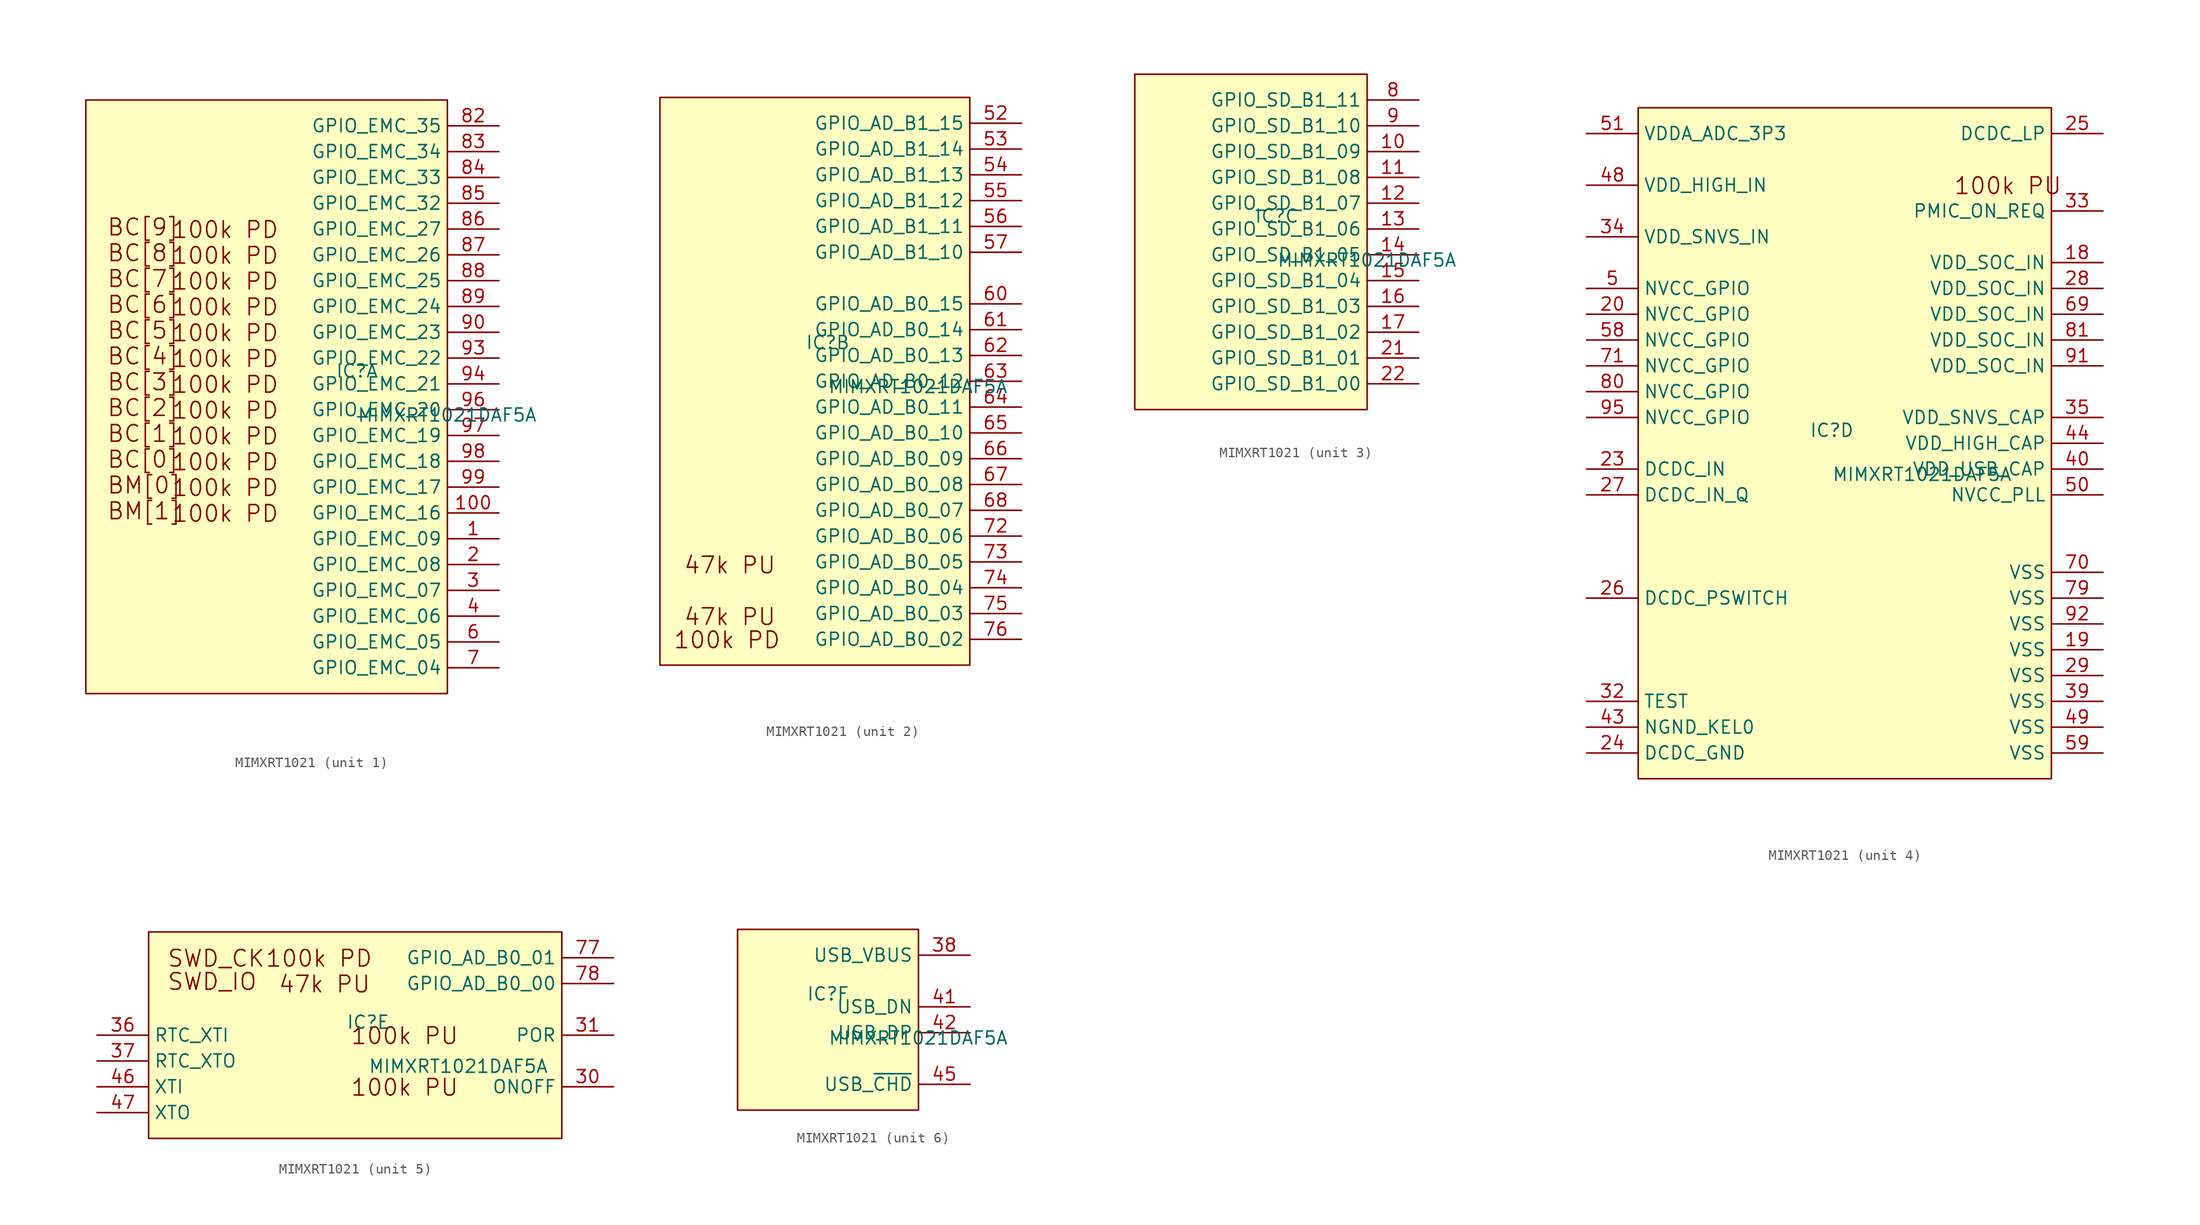
<source format=kicad_sym>
(kicad_symbol_lib
  (version 20231120)
  (generator "kicad_symbol_editor")
  (generator_version "8.0")
  (symbol "MIMXRT1021"
    (property "Reference" "IC"
      (at -1.27 1.27 0)
      (effects (font (size 1.27 1.27))))
    (property "Value" "MIMXRT1021DAF5A"
      (at -1.27 -3.81 0)
      (effects (font (size 1.27 1.27)) (justify left bottom)))
    (symbol "MIMXRT1021_1_0"
      (rectangle (start -27.94 27.94) (end 7.62 -30.48) (stroke (width 0) (type solid) (color 128 0 0 1)) (fill (type background)))
      (text "100k PD" (at -19.558 -13.716 0) (effects (font (size 1.626 1.626)) (justify left bottom)))
      (text "100k PD" (at -19.558 -11.176 0) (effects (font (size 1.626 1.626)) (justify left bottom)))
      (text "100k PD" (at -19.558 -8.636 0) (effects (font (size 1.626 1.626)) (justify left bottom)))
      (text "100k PD" (at -19.558 -6.096 0) (effects (font (size 1.626 1.626)) (justify left bottom)))
      (text "100k PD" (at -19.558 -3.556 0) (effects (font (size 1.626 1.626)) (justify left bottom)))
      (text "100k PD" (at -19.558 -1.016 0) (effects (font (size 1.626 1.626)) (justify left bottom)))
      (text "100k PD" (at -19.558 1.524 0) (effects (font (size 1.626 1.626)) (justify left bottom)))
      (text "100k PD" (at -19.558 4.064 0) (effects (font (size 1.626 1.626)) (justify left bottom)))
      (text "100k PD" (at -19.558 6.604 0) (effects (font (size 1.626 1.626)) (justify left bottom)))
      (text "100k PD" (at -19.558 9.144 0) (effects (font (size 1.626 1.626)) (justify left bottom)))
      (text "100k PD" (at -19.558 11.684 0) (effects (font (size 1.626 1.626)) (justify left bottom)))
      (text "100k PD" (at -19.558 14.224 0) (effects (font (size 1.626 1.626)) (justify left bottom)))
      (text "BC[0]" (at -25.908 -8.382 0) (effects (font (size 1.626 1.626)) (justify left bottom)))
      (text "BC[1]" (at -25.908 -5.842 0) (effects (font (size 1.626 1.626)) (justify left bottom)))
      (text "BC[2]" (at -25.908 -3.302 0) (effects (font (size 1.626 1.626)) (justify left bottom)))
      (text "BC[3]" (at -25.908 -0.762 0) (effects (font (size 1.626 1.626)) (justify left bottom)))
      (text "BC[4]" (at -25.908 1.778 0) (effects (font (size 1.626 1.626)) (justify left bottom)))
      (text "BC[5]" (at -25.908 4.318 0) (effects (font (size 1.626 1.626)) (justify left bottom)))
      (text "BC[6]" (at -25.908 6.858 0) (effects (font (size 1.626 1.626)) (justify left bottom)))
      (text "BC[7]" (at -25.908 9.398 0) (effects (font (size 1.626 1.626)) (justify left bottom)))
      (text "BC[8]" (at -25.908 11.938 0) (effects (font (size 1.626 1.626)) (justify left bottom)))
      (text "BC[9]" (at -25.908 14.478 0) (effects (font (size 1.626 1.626)) (justify left bottom)))
      (text "BM[0]" (at -25.908 -10.922 0) (effects (font (size 1.626 1.626)) (justify left bottom)))
      (text "BM[1]" (at -25.908 -13.462 0) (effects (font (size 1.626 1.626)) (justify left bottom)))
      (pin bidirectional line (at 12.7 -15.24 180) (length 5.08) (name "GPIO_EMC_09" (effects (font (size 1.27 1.27)))) (number "1" (effects (font (size 1.27 1.27)))))
      (pin bidirectional line (at 12.7 -12.7 180) (length 5.08) (name "GPIO_EMC_16" (effects (font (size 1.27 1.27)))) (number "100" (effects (font (size 1.27 1.27)))))
      (pin bidirectional line (at 12.7 -17.78 180) (length 5.08) (name "GPIO_EMC_08" (effects (font (size 1.27 1.27)))) (number "2" (effects (font (size 1.27 1.27)))))
      (pin bidirectional line (at 12.7 -20.32 180) (length 5.08) (name "GPIO_EMC_07" (effects (font (size 1.27 1.27)))) (number "3" (effects (font (size 1.27 1.27)))))
      (pin bidirectional line (at 12.7 -22.86 180) (length 5.08) (name "GPIO_EMC_06" (effects (font (size 1.27 1.27)))) (number "4" (effects (font (size 1.27 1.27)))))
      (pin bidirectional line (at 12.7 -25.4 180) (length 5.08) (name "GPIO_EMC_05" (effects (font (size 1.27 1.27)))) (number "6" (effects (font (size 1.27 1.27)))))
      (pin bidirectional line (at 12.7 -27.94 180) (length 5.08) (name "GPIO_EMC_04" (effects (font (size 1.27 1.27)))) (number "7" (effects (font (size 1.27 1.27)))))
      (pin bidirectional line (at 12.7 25.4 180) (length 5.08) (name "GPIO_EMC_35" (effects (font (size 1.27 1.27)))) (number "82" (effects (font (size 1.27 1.27)))))
      (pin bidirectional line (at 12.7 22.86 180) (length 5.08) (name "GPIO_EMC_34" (effects (font (size 1.27 1.27)))) (number "83" (effects (font (size 1.27 1.27)))))
      (pin bidirectional line (at 12.7 20.32 180) (length 5.08) (name "GPIO_EMC_33" (effects (font (size 1.27 1.27)))) (number "84" (effects (font (size 1.27 1.27)))))
      (pin bidirectional line (at 12.7 17.78 180) (length 5.08) (name "GPIO_EMC_32" (effects (font (size 1.27 1.27)))) (number "85" (effects (font (size 1.27 1.27)))))
      (pin bidirectional line (at 12.7 15.24 180) (length 5.08) (name "GPIO_EMC_27" (effects (font (size 1.27 1.27)))) (number "86" (effects (font (size 1.27 1.27)))))
      (pin bidirectional line (at 12.7 12.7 180) (length 5.08) (name "GPIO_EMC_26" (effects (font (size 1.27 1.27)))) (number "87" (effects (font (size 1.27 1.27)))))
      (pin bidirectional line (at 12.7 10.16 180) (length 5.08) (name "GPIO_EMC_25" (effects (font (size 1.27 1.27)))) (number "88" (effects (font (size 1.27 1.27)))))
      (pin bidirectional line (at 12.7 7.62 180) (length 5.08) (name "GPIO_EMC_24" (effects (font (size 1.27 1.27)))) (number "89" (effects (font (size 1.27 1.27)))))
      (pin bidirectional line (at 12.7 5.08 180) (length 5.08) (name "GPIO_EMC_23" (effects (font (size 1.27 1.27)))) (number "90" (effects (font (size 1.27 1.27)))))
      (pin bidirectional line (at 12.7 2.54 180) (length 5.08) (name "GPIO_EMC_22" (effects (font (size 1.27 1.27)))) (number "93" (effects (font (size 1.27 1.27)))))
      (pin bidirectional line (at 12.7 0 180) (length 5.08) (name "GPIO_EMC_21" (effects (font (size 1.27 1.27)))) (number "94" (effects (font (size 1.27 1.27)))))
      (pin bidirectional line (at 12.7 -2.54 180) (length 5.08) (name "GPIO_EMC_20" (effects (font (size 1.27 1.27)))) (number "96" (effects (font (size 1.27 1.27)))))
      (pin bidirectional line (at 12.7 -5.08 180) (length 5.08) (name "GPIO_EMC_19" (effects (font (size 1.27 1.27)))) (number "97" (effects (font (size 1.27 1.27)))))
      (pin bidirectional line (at 12.7 -7.62 180) (length 5.08) (name "GPIO_EMC_18" (effects (font (size 1.27 1.27)))) (number "98" (effects (font (size 1.27 1.27)))))
      (pin bidirectional line (at 12.7 -10.16 180) (length 5.08) (name "GPIO_EMC_17" (effects (font (size 1.27 1.27)))) (number "99" (effects (font (size 1.27 1.27))))))
    (symbol "MIMXRT1021_2_0"
      (rectangle (start -17.78 25.4) (end 12.7 -30.48) (stroke (width 0) (type solid) (color 128 0 0 1)) (fill (type background)))
      (text "100k PD" (at -16.51 -28.956 0) (effects (font (size 1.626 1.626)) (justify left bottom)))
      (text "47k PU" (at -15.494 -26.67 0) (effects (font (size 1.626 1.626)) (justify left bottom)))
      (text "47k PU" (at -15.494 -21.59 0) (effects (font (size 1.626 1.626)) (justify left bottom)))
      (pin passive line (at 17.78 22.86 180) (length 5.08) (name "GPIO_AD_B1_15" (effects (font (size 1.27 1.27)))) (number "52" (effects (font (size 1.27 1.27)))))
      (pin passive line (at 17.78 20.32 180) (length 5.08) (name "GPIO_AD_B1_14" (effects (font (size 1.27 1.27)))) (number "53" (effects (font (size 1.27 1.27)))))
      (pin passive line (at 17.78 17.78 180) (length 5.08) (name "GPIO_AD_B1_13" (effects (font (size 1.27 1.27)))) (number "54" (effects (font (size 1.27 1.27)))))
      (pin passive line (at 17.78 15.24 180) (length 5.08) (name "GPIO_AD_B1_12" (effects (font (size 1.27 1.27)))) (number "55" (effects (font (size 1.27 1.27)))))
      (pin passive line (at 17.78 12.7 180) (length 5.08) (name "GPIO_AD_B1_11" (effects (font (size 1.27 1.27)))) (number "56" (effects (font (size 1.27 1.27)))))
      (pin passive line (at 17.78 10.16 180) (length 5.08) (name "GPIO_AD_B1_10" (effects (font (size 1.27 1.27)))) (number "57" (effects (font (size 1.27 1.27)))))
      (pin passive line (at 17.78 5.08 180) (length 5.08) (name "GPIO_AD_B0_15" (effects (font (size 1.27 1.27)))) (number "60" (effects (font (size 1.27 1.27)))))
      (pin passive line (at 17.78 2.54 180) (length 5.08) (name "GPIO_AD_B0_14" (effects (font (size 1.27 1.27)))) (number "61" (effects (font (size 1.27 1.27)))))
      (pin passive line (at 17.78 0 180) (length 5.08) (name "GPIO_AD_B0_13" (effects (font (size 1.27 1.27)))) (number "62" (effects (font (size 1.27 1.27)))))
      (pin passive line (at 17.78 -2.54 180) (length 5.08) (name "GPIO_AD_B0_12" (effects (font (size 1.27 1.27)))) (number "63" (effects (font (size 1.27 1.27)))))
      (pin passive line (at 17.78 -5.08 180) (length 5.08) (name "GPIO_AD_B0_11" (effects (font (size 1.27 1.27)))) (number "64" (effects (font (size 1.27 1.27)))))
      (pin passive line (at 17.78 -7.62 180) (length 5.08) (name "GPIO_AD_B0_10" (effects (font (size 1.27 1.27)))) (number "65" (effects (font (size 1.27 1.27)))))
      (pin passive line (at 17.78 -10.16 180) (length 5.08) (name "GPIO_AD_B0_09" (effects (font (size 1.27 1.27)))) (number "66" (effects (font (size 1.27 1.27)))))
      (pin passive line (at 17.78 -12.7 180) (length 5.08) (name "GPIO_AD_B0_08" (effects (font (size 1.27 1.27)))) (number "67" (effects (font (size 1.27 1.27)))))
      (pin passive line (at 17.78 -15.24 180) (length 5.08) (name "GPIO_AD_B0_07" (effects (font (size 1.27 1.27)))) (number "68" (effects (font (size 1.27 1.27)))))
      (pin passive line (at 17.78 -17.78 180) (length 5.08) (name "GPIO_AD_B0_06" (effects (font (size 1.27 1.27)))) (number "72" (effects (font (size 1.27 1.27)))))
      (pin passive line (at 17.78 -20.32 180) (length 5.08) (name "GPIO_AD_B0_05" (effects (font (size 1.27 1.27)))) (number "73" (effects (font (size 1.27 1.27)))))
      (pin passive line (at 17.78 -22.86 180) (length 5.08) (name "GPIO_AD_B0_04" (effects (font (size 1.27 1.27)))) (number "74" (effects (font (size 1.27 1.27)))))
      (pin passive line (at 17.78 -25.4 180) (length 5.08) (name "GPIO_AD_B0_03" (effects (font (size 1.27 1.27)))) (number "75" (effects (font (size 1.27 1.27)))))
      (pin passive line (at 17.78 -27.94 180) (length 5.08) (name "GPIO_AD_B0_02" (effects (font (size 1.27 1.27)))) (number "76" (effects (font (size 1.27 1.27))))))
    (symbol "MIMXRT1021_3_0"
      (rectangle (start -15.24 15.24) (end 7.62 -17.78) (stroke (width 0) (type solid) (color 128 0 0 1)) (fill (type background)))
      (pin passive line (at 12.7 7.62 180) (length 5.08) (name "GPIO_SD_B1_09" (effects (font (size 1.27 1.27)))) (number "10" (effects (font (size 1.27 1.27)))))
      (pin passive line (at 12.7 5.08 180) (length 5.08) (name "GPIO_SD_B1_08" (effects (font (size 1.27 1.27)))) (number "11" (effects (font (size 1.27 1.27)))))
      (pin passive line (at 12.7 2.54 180) (length 5.08) (name "GPIO_SD_B1_07" (effects (font (size 1.27 1.27)))) (number "12" (effects (font (size 1.27 1.27)))))
      (pin passive line (at 12.7 0 180) (length 5.08) (name "GPIO_SD_B1_06" (effects (font (size 1.27 1.27)))) (number "13" (effects (font (size 1.27 1.27)))))
      (pin passive line (at 12.7 -2.54 180) (length 5.08) (name "GPIO_SD_B1_05" (effects (font (size 1.27 1.27)))) (number "14" (effects (font (size 1.27 1.27)))))
      (pin passive line (at 12.7 -5.08 180) (length 5.08) (name "GPIO_SD_B1_04" (effects (font (size 1.27 1.27)))) (number "15" (effects (font (size 1.27 1.27)))))
      (pin passive line (at 12.7 -7.62 180) (length 5.08) (name "GPIO_SD_B1_03" (effects (font (size 1.27 1.27)))) (number "16" (effects (font (size 1.27 1.27)))))
      (pin passive line (at 12.7 -10.16 180) (length 5.08) (name "GPIO_SD_B1_02" (effects (font (size 1.27 1.27)))) (number "17" (effects (font (size 1.27 1.27)))))
      (pin passive line (at 12.7 -12.7 180) (length 5.08) (name "GPIO_SD_B1_01" (effects (font (size 1.27 1.27)))) (number "21" (effects (font (size 1.27 1.27)))))
      (pin passive line (at 12.7 -15.24 180) (length 5.08) (name "GPIO_SD_B1_00" (effects (font (size 1.27 1.27)))) (number "22" (effects (font (size 1.27 1.27)))))
      (pin passive line (at 12.7 12.7 180) (length 5.08) (name "GPIO_SD_B1_11" (effects (font (size 1.27 1.27)))) (number "8" (effects (font (size 1.27 1.27)))))
      (pin passive line (at 12.7 10.16 180) (length 5.08) (name "GPIO_SD_B1_10" (effects (font (size 1.27 1.27)))) (number "9" (effects (font (size 1.27 1.27))))))
    (symbol "MIMXRT1021_4_0"
      (rectangle (start -20.32 33.02) (end 20.32 -33.02) (stroke (width 0) (type solid) (color 128 0 0 1)) (fill (type background)))
      (text "100k PU" (at 10.668 24.384 0) (effects (font (size 1.626 1.626)) (justify left bottom)))
      (pin passive line (at 25.4 17.78 180) (length 5.08) (name "VDD_SOC_IN" (effects (font (size 1.27 1.27)))) (number "18" (effects (font (size 1.27 1.27)))))
      (pin passive line (at 25.4 -20.32 180) (length 5.08) (name "VSS" (effects (font (size 1.27 1.27)))) (number "19" (effects (font (size 1.27 1.27)))))
      (pin passive line (at -25.4 12.7 0) (length 5.08) (name "NVCC_GPIO" (effects (font (size 1.27 1.27)))) (number "20" (effects (font (size 1.27 1.27)))))
      (pin passive line (at -25.4 -2.54 0) (length 5.08) (name "DCDC_IN" (effects (font (size 1.27 1.27)))) (number "23" (effects (font (size 1.27 1.27)))))
      (pin passive line (at -25.4 -30.48 0) (length 5.08) (name "DCDC_GND" (effects (font (size 1.27 1.27)))) (number "24" (effects (font (size 1.27 1.27)))))
      (pin passive line (at 25.4 30.48 180) (length 5.08) (name "DCDC_LP" (effects (font (size 1.27 1.27)))) (number "25" (effects (font (size 1.27 1.27)))))
      (pin passive line (at -25.4 -15.24 0) (length 5.08) (name "DCDC_PSWITCH" (effects (font (size 1.27 1.27)))) (number "26" (effects (font (size 1.27 1.27)))))
      (pin passive line (at -25.4 -5.08 0) (length 5.08) (name "DCDC_IN_Q" (effects (font (size 1.27 1.27)))) (number "27" (effects (font (size 1.27 1.27)))))
      (pin passive line (at 25.4 15.24 180) (length 5.08) (name "VDD_SOC_IN" (effects (font (size 1.27 1.27)))) (number "28" (effects (font (size 1.27 1.27)))))
      (pin passive line (at 25.4 -22.86 180) (length 5.08) (name "VSS" (effects (font (size 1.27 1.27)))) (number "29" (effects (font (size 1.27 1.27)))))
      (pin passive line (at -25.4 -25.4 0) (length 5.08) (name "TEST" (effects (font (size 1.27 1.27)))) (number "32" (effects (font (size 1.27 1.27)))))
      (pin passive line (at 25.4 22.86 180) (length 5.08) (name "PMIC_ON_REQ" (effects (font (size 1.27 1.27)))) (number "33" (effects (font (size 1.27 1.27)))))
      (pin passive line (at -25.4 20.32 0) (length 5.08) (name "VDD_SNVS_IN" (effects (font (size 1.27 1.27)))) (number "34" (effects (font (size 1.27 1.27)))))
      (pin passive line (at 25.4 2.54 180) (length 5.08) (name "VDD_SNVS_CAP" (effects (font (size 1.27 1.27)))) (number "35" (effects (font (size 1.27 1.27)))))
      (pin passive line (at 25.4 -25.4 180) (length 5.08) (name "VSS" (effects (font (size 1.27 1.27)))) (number "39" (effects (font (size 1.27 1.27)))))
      (pin passive line (at 25.4 -2.54 180) (length 5.08) (name "VDD_USB_CAP" (effects (font (size 1.27 1.27)))) (number "40" (effects (font (size 1.27 1.27)))))
      (pin passive line (at -25.4 -27.94 0) (length 5.08) (name "NGND_KEL0" (effects (font (size 1.27 1.27)))) (number "43" (effects (font (size 1.27 1.27)))))
      (pin passive line (at 25.4 0 180) (length 5.08) (name "VDD_HIGH_CAP" (effects (font (size 1.27 1.27)))) (number "44" (effects (font (size 1.27 1.27)))))
      (pin passive line (at -25.4 25.4 0) (length 5.08) (name "VDD_HIGH_IN" (effects (font (size 1.27 1.27)))) (number "48" (effects (font (size 1.27 1.27)))))
      (pin passive line (at 25.4 -27.94 180) (length 5.08) (name "VSS" (effects (font (size 1.27 1.27)))) (number "49" (effects (font (size 1.27 1.27)))))
      (pin passive line (at -25.4 15.24 0) (length 5.08) (name "NVCC_GPIO" (effects (font (size 1.27 1.27)))) (number "5" (effects (font (size 1.27 1.27)))))
      (pin passive line (at 25.4 -5.08 180) (length 5.08) (name "NVCC_PLL" (effects (font (size 1.27 1.27)))) (number "50" (effects (font (size 1.27 1.27)))))
      (pin passive line (at -25.4 30.48 0) (length 5.08) (name "VDDA_ADC_3P3" (effects (font (size 1.27 1.27)))) (number "51" (effects (font (size 1.27 1.27)))))
      (pin passive line (at -25.4 10.16 0) (length 5.08) (name "NVCC_GPIO" (effects (font (size 1.27 1.27)))) (number "58" (effects (font (size 1.27 1.27)))))
      (pin passive line (at 25.4 -30.48 180) (length 5.08) (name "VSS" (effects (font (size 1.27 1.27)))) (number "59" (effects (font (size 1.27 1.27)))))
      (pin passive line (at 25.4 12.7 180) (length 5.08) (name "VDD_SOC_IN" (effects (font (size 1.27 1.27)))) (number "69" (effects (font (size 1.27 1.27)))))
      (pin passive line (at 25.4 -12.7 180) (length 5.08) (name "VSS" (effects (font (size 1.27 1.27)))) (number "70" (effects (font (size 1.27 1.27)))))
      (pin passive line (at -25.4 7.62 0) (length 5.08) (name "NVCC_GPIO" (effects (font (size 1.27 1.27)))) (number "71" (effects (font (size 1.27 1.27)))))
      (pin passive line (at 25.4 -15.24 180) (length 5.08) (name "VSS" (effects (font (size 1.27 1.27)))) (number "79" (effects (font (size 1.27 1.27)))))
      (pin passive line (at -25.4 5.08 0) (length 5.08) (name "NVCC_GPIO" (effects (font (size 1.27 1.27)))) (number "80" (effects (font (size 1.27 1.27)))))
      (pin passive line (at 25.4 10.16 180) (length 5.08) (name "VDD_SOC_IN" (effects (font (size 1.27 1.27)))) (number "81" (effects (font (size 1.27 1.27)))))
      (pin passive line (at 25.4 7.62 180) (length 5.08) (name "VDD_SOC_IN" (effects (font (size 1.27 1.27)))) (number "91" (effects (font (size 1.27 1.27)))))
      (pin passive line (at 25.4 -17.78 180) (length 5.08) (name "VSS" (effects (font (size 1.27 1.27)))) (number "92" (effects (font (size 1.27 1.27)))))
      (pin passive line (at -25.4 2.54 0) (length 5.08) (name "NVCC_GPIO" (effects (font (size 1.27 1.27)))) (number "95" (effects (font (size 1.27 1.27))))))
    (symbol "MIMXRT1021_5_0"
      (rectangle (start -22.86 10.16) (end 17.78 -10.16) (stroke (width 0) (type solid) (color 128 0 0 1)) (fill (type background)))
      (text "100k PD" (at -11.43 6.604 0) (effects (font (size 1.626 1.626)) (justify left bottom)))
      (text "100k PU" (at -3.048 -6.096 0) (effects (font (size 1.626 1.626)) (justify left bottom)))
      (text "100k PU" (at -3.048 -1.016 0) (effects (font (size 1.626 1.626)) (justify left bottom)))
      (text "47k PU" (at -10.16 4.064 0) (effects (font (size 1.626 1.626)) (justify left bottom)))
      (text "SWD_CK" (at -21.082 6.604 0) (effects (font (size 1.626 1.626)) (justify left bottom)))
      (text "SWD_IO" (at -21.082 4.318 0) (effects (font (size 1.626 1.626)) (justify left bottom)))
      (pin passive line (at 22.86 -5.08 180) (length 5.08) (name "ONOFF" (effects (font (size 1.27 1.27)))) (number "30" (effects (font (size 1.27 1.27)))))
      (pin passive line (at 22.86 0 180) (length 5.08) (name "POR" (effects (font (size 1.27 1.27)))) (number "31" (effects (font (size 1.27 1.27)))))
      (pin passive line (at -27.94 0 0) (length 5.08) (name "RTC_XTI" (effects (font (size 1.27 1.27)))) (number "36" (effects (font (size 1.27 1.27)))))
      (pin passive line (at -27.94 -2.54 0) (length 5.08) (name "RTC_XTO" (effects (font (size 1.27 1.27)))) (number "37" (effects (font (size 1.27 1.27)))))
      (pin passive line (at -27.94 -5.08 0) (length 5.08) (name "XTI" (effects (font (size 1.27 1.27)))) (number "46" (effects (font (size 1.27 1.27)))))
      (pin passive line (at -27.94 -7.62 0) (length 5.08) (name "XTO" (effects (font (size 1.27 1.27)))) (number "47" (effects (font (size 1.27 1.27)))))
      (pin passive line (at 22.86 7.62 180) (length 5.08) (name "GPIO_AD_B0_01" (effects (font (size 1.27 1.27)))) (number "77" (effects (font (size 1.27 1.27)))))
      (pin passive line (at 22.86 5.08 180) (length 5.08) (name "GPIO_AD_B0_00" (effects (font (size 1.27 1.27)))) (number "78" (effects (font (size 1.27 1.27))))))
    (symbol "MIMXRT1021_6_0"
      (rectangle (start -10.16 7.62) (end 7.62 -10.16) (stroke (width 0) (type solid) (color 128 0 0 1)) (fill (type background)))
      (pin passive line (at 12.7 5.08 180) (length 5.08) (name "USB_VBUS" (effects (font (size 1.27 1.27)))) (number "38" (effects (font (size 1.27 1.27)))))
      (pin passive line (at 12.7 0 180) (length 5.08) (name "USB_DN" (effects (font (size 1.27 1.27)))) (number "41" (effects (font (size 1.27 1.27)))))
      (pin passive line (at 12.7 -2.54 180) (length 5.08) (name "USB_DP" (effects (font (size 1.27 1.27)))) (number "42" (effects (font (size 1.27 1.27)))))
      (pin passive line (at 12.7 -7.62 180) (length 5.08) (name "USB_~{CHD}" (effects (font (size 1.27 1.27)))) (number "45" (effects (font (size 1.27 1.27))))))))
</source>
